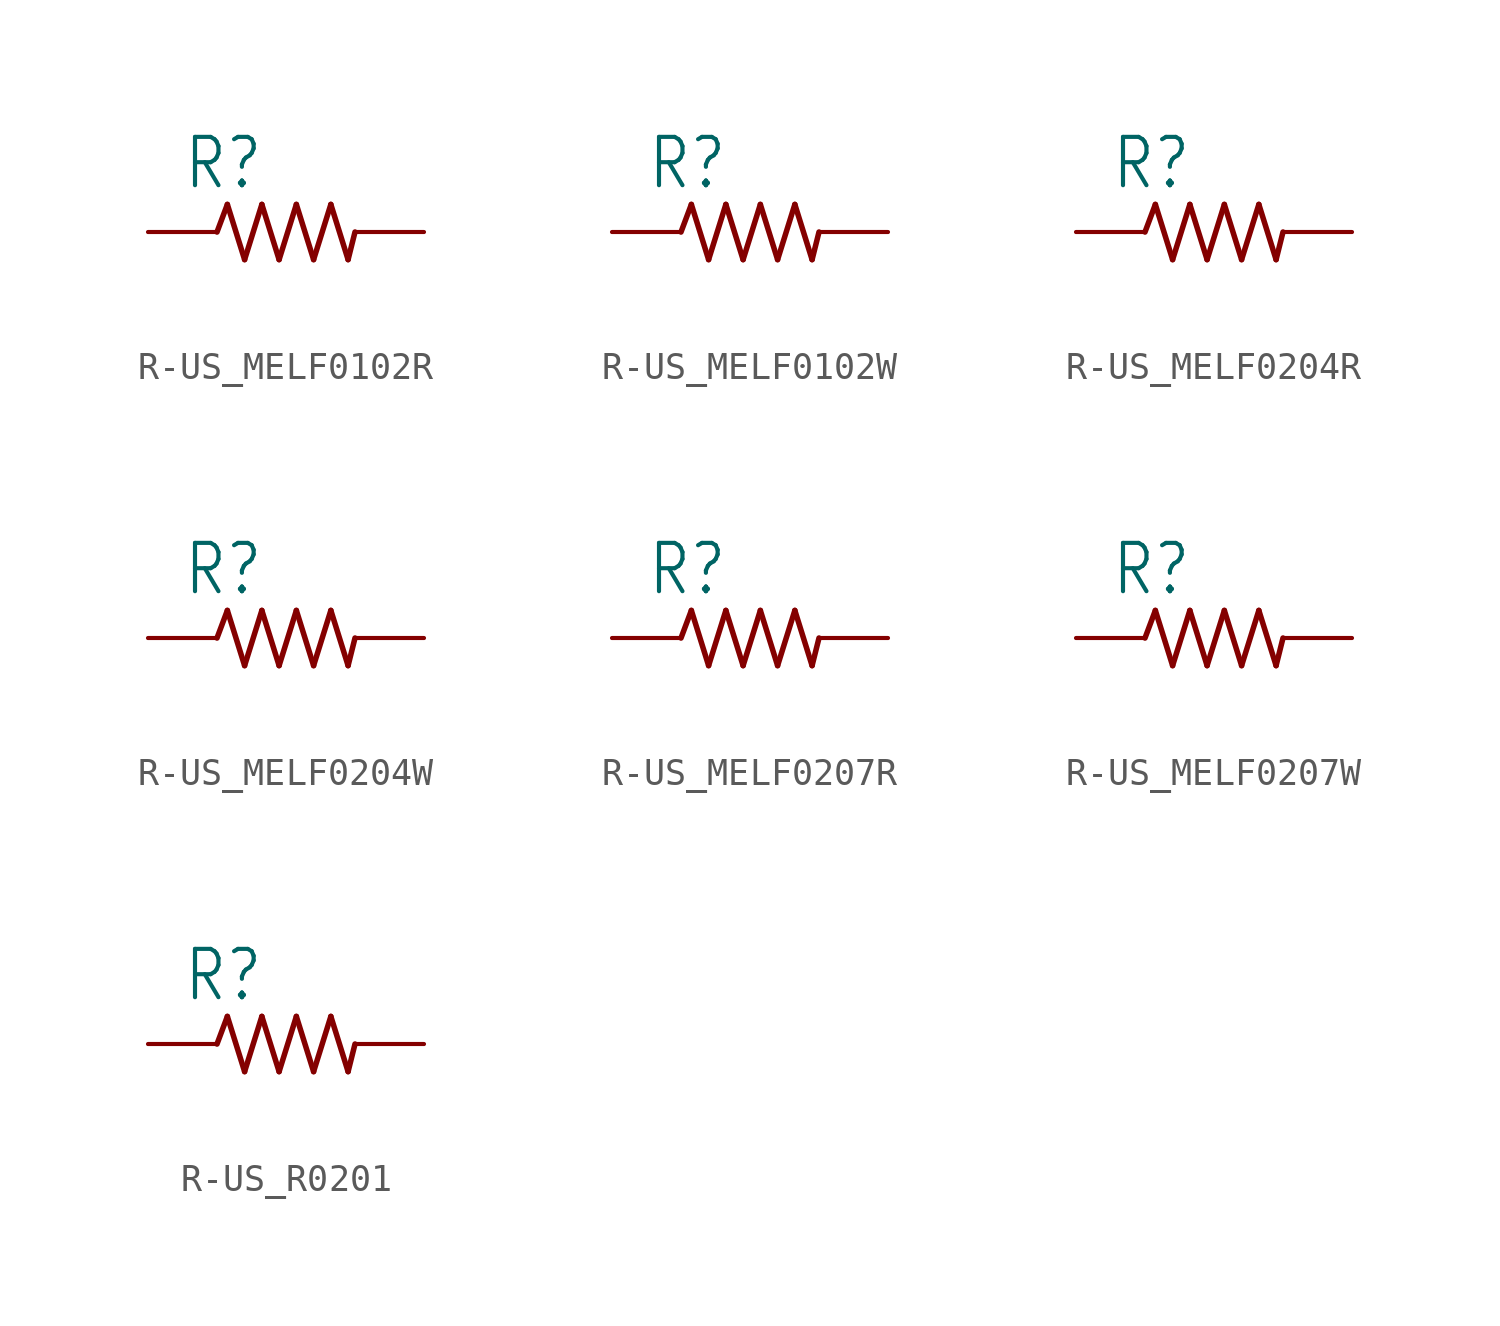
<source format=kicad_sym>
(kicad_symbol_lib
  (version 20220914)
  (generator kicad_symbol_editor)
  (symbol "R-US_MELF0102R"
    (property "Reference" "R"
      (at -3.81 1.499 0)
      (effects (font (size 1.778 1.511)) (justify left bottom)))
    (property "Value" ""
      (at -3.81 -3.302 0)
      (effects (font (size 1.778 1.511)) (justify left bottom)))
    (property "ki_locked" ""
      (at 0 0 0)
      (effects (font (size 1.27 1.27))))
    (symbol "R-US_MELF0102R_1_0"
      (polyline (pts (xy -2.54 0) (xy -2.159 1.016)) (stroke (width 0.203) (type solid)) (fill (type none)))
      (polyline (pts (xy -2.159 1.016) (xy -1.524 -1.016)) (stroke (width 0.203) (type solid)) (fill (type none)))
      (polyline (pts (xy -1.524 -1.016) (xy -0.889 1.016)) (stroke (width 0.203) (type solid)) (fill (type none)))
      (polyline (pts (xy -0.889 1.016) (xy -0.254 -1.016)) (stroke (width 0.203) (type solid)) (fill (type none)))
      (polyline (pts (xy -0.254 -1.016) (xy 0.381 1.016)) (stroke (width 0.203) (type solid)) (fill (type none)))
      (polyline (pts (xy 0.381 1.016) (xy 1.016 -1.016)) (stroke (width 0.203) (type solid)) (fill (type none)))
      (polyline (pts (xy 1.016 -1.016) (xy 1.651 1.016)) (stroke (width 0.203) (type solid)) (fill (type none)))
      (polyline (pts (xy 1.651 1.016) (xy 2.286 -1.016)) (stroke (width 0.203) (type solid)) (fill (type none)))
      (polyline (pts (xy 2.286 -1.016) (xy 2.54 0)) (stroke (width 0.203) (type solid)) (fill (type none)))
      (pin passive line (at -5.08 0 0) (length 2.54) (name "1" (effects (font (size 0 0)))) (number "1" (effects (font (size 0 0)))))
      (pin passive line (at 5.08 0 180) (length 2.54) (name "2" (effects (font (size 0 0)))) (number "2" (effects (font (size 0 0)))))))
  (symbol "R-US_MELF0102W"
    (property "Reference" "R"
      (at -3.81 1.499 0)
      (effects (font (size 1.778 1.511)) (justify left bottom)))
    (property "Value" ""
      (at -3.81 -3.302 0)
      (effects (font (size 1.778 1.511)) (justify left bottom)))
    (property "ki_locked" ""
      (at 0 0 0)
      (effects (font (size 1.27 1.27))))
    (symbol "R-US_MELF0102W_1_0"
      (polyline (pts (xy -2.54 0) (xy -2.159 1.016)) (stroke (width 0.203) (type solid)) (fill (type none)))
      (polyline (pts (xy -2.159 1.016) (xy -1.524 -1.016)) (stroke (width 0.203) (type solid)) (fill (type none)))
      (polyline (pts (xy -1.524 -1.016) (xy -0.889 1.016)) (stroke (width 0.203) (type solid)) (fill (type none)))
      (polyline (pts (xy -0.889 1.016) (xy -0.254 -1.016)) (stroke (width 0.203) (type solid)) (fill (type none)))
      (polyline (pts (xy -0.254 -1.016) (xy 0.381 1.016)) (stroke (width 0.203) (type solid)) (fill (type none)))
      (polyline (pts (xy 0.381 1.016) (xy 1.016 -1.016)) (stroke (width 0.203) (type solid)) (fill (type none)))
      (polyline (pts (xy 1.016 -1.016) (xy 1.651 1.016)) (stroke (width 0.203) (type solid)) (fill (type none)))
      (polyline (pts (xy 1.651 1.016) (xy 2.286 -1.016)) (stroke (width 0.203) (type solid)) (fill (type none)))
      (polyline (pts (xy 2.286 -1.016) (xy 2.54 0)) (stroke (width 0.203) (type solid)) (fill (type none)))
      (pin passive line (at -5.08 0 0) (length 2.54) (name "1" (effects (font (size 0 0)))) (number "1" (effects (font (size 0 0)))))
      (pin passive line (at 5.08 0 180) (length 2.54) (name "2" (effects (font (size 0 0)))) (number "2" (effects (font (size 0 0)))))))
  (symbol "R-US_MELF0204R"
    (property "Reference" "R"
      (at -3.81 1.499 0)
      (effects (font (size 1.778 1.511)) (justify left bottom)))
    (property "Value" ""
      (at -3.81 -3.302 0)
      (effects (font (size 1.778 1.511)) (justify left bottom)))
    (property "ki_locked" ""
      (at 0 0 0)
      (effects (font (size 1.27 1.27))))
    (symbol "R-US_MELF0204R_1_0"
      (polyline (pts (xy -2.54 0) (xy -2.159 1.016)) (stroke (width 0.203) (type solid)) (fill (type none)))
      (polyline (pts (xy -2.159 1.016) (xy -1.524 -1.016)) (stroke (width 0.203) (type solid)) (fill (type none)))
      (polyline (pts (xy -1.524 -1.016) (xy -0.889 1.016)) (stroke (width 0.203) (type solid)) (fill (type none)))
      (polyline (pts (xy -0.889 1.016) (xy -0.254 -1.016)) (stroke (width 0.203) (type solid)) (fill (type none)))
      (polyline (pts (xy -0.254 -1.016) (xy 0.381 1.016)) (stroke (width 0.203) (type solid)) (fill (type none)))
      (polyline (pts (xy 0.381 1.016) (xy 1.016 -1.016)) (stroke (width 0.203) (type solid)) (fill (type none)))
      (polyline (pts (xy 1.016 -1.016) (xy 1.651 1.016)) (stroke (width 0.203) (type solid)) (fill (type none)))
      (polyline (pts (xy 1.651 1.016) (xy 2.286 -1.016)) (stroke (width 0.203) (type solid)) (fill (type none)))
      (polyline (pts (xy 2.286 -1.016) (xy 2.54 0)) (stroke (width 0.203) (type solid)) (fill (type none)))
      (pin passive line (at -5.08 0 0) (length 2.54) (name "1" (effects (font (size 0 0)))) (number "1" (effects (font (size 0 0)))))
      (pin passive line (at 5.08 0 180) (length 2.54) (name "2" (effects (font (size 0 0)))) (number "2" (effects (font (size 0 0)))))))
  (symbol "R-US_MELF0204W"
    (property "Reference" "R"
      (at -3.81 1.499 0)
      (effects (font (size 1.778 1.511)) (justify left bottom)))
    (property "Value" ""
      (at -3.81 -3.302 0)
      (effects (font (size 1.778 1.511)) (justify left bottom)))
    (property "ki_locked" ""
      (at 0 0 0)
      (effects (font (size 1.27 1.27))))
    (symbol "R-US_MELF0204W_1_0"
      (polyline (pts (xy -2.54 0) (xy -2.159 1.016)) (stroke (width 0.203) (type solid)) (fill (type none)))
      (polyline (pts (xy -2.159 1.016) (xy -1.524 -1.016)) (stroke (width 0.203) (type solid)) (fill (type none)))
      (polyline (pts (xy -1.524 -1.016) (xy -0.889 1.016)) (stroke (width 0.203) (type solid)) (fill (type none)))
      (polyline (pts (xy -0.889 1.016) (xy -0.254 -1.016)) (stroke (width 0.203) (type solid)) (fill (type none)))
      (polyline (pts (xy -0.254 -1.016) (xy 0.381 1.016)) (stroke (width 0.203) (type solid)) (fill (type none)))
      (polyline (pts (xy 0.381 1.016) (xy 1.016 -1.016)) (stroke (width 0.203) (type solid)) (fill (type none)))
      (polyline (pts (xy 1.016 -1.016) (xy 1.651 1.016)) (stroke (width 0.203) (type solid)) (fill (type none)))
      (polyline (pts (xy 1.651 1.016) (xy 2.286 -1.016)) (stroke (width 0.203) (type solid)) (fill (type none)))
      (polyline (pts (xy 2.286 -1.016) (xy 2.54 0)) (stroke (width 0.203) (type solid)) (fill (type none)))
      (pin passive line (at -5.08 0 0) (length 2.54) (name "1" (effects (font (size 0 0)))) (number "1" (effects (font (size 0 0)))))
      (pin passive line (at 5.08 0 180) (length 2.54) (name "2" (effects (font (size 0 0)))) (number "2" (effects (font (size 0 0)))))))
  (symbol "R-US_MELF0207R"
    (property "Reference" "R"
      (at -3.81 1.499 0)
      (effects (font (size 1.778 1.511)) (justify left bottom)))
    (property "Value" ""
      (at -3.81 -3.302 0)
      (effects (font (size 1.778 1.511)) (justify left bottom)))
    (property "ki_locked" ""
      (at 0 0 0)
      (effects (font (size 1.27 1.27))))
    (symbol "R-US_MELF0207R_1_0"
      (polyline (pts (xy -2.54 0) (xy -2.159 1.016)) (stroke (width 0.203) (type solid)) (fill (type none)))
      (polyline (pts (xy -2.159 1.016) (xy -1.524 -1.016)) (stroke (width 0.203) (type solid)) (fill (type none)))
      (polyline (pts (xy -1.524 -1.016) (xy -0.889 1.016)) (stroke (width 0.203) (type solid)) (fill (type none)))
      (polyline (pts (xy -0.889 1.016) (xy -0.254 -1.016)) (stroke (width 0.203) (type solid)) (fill (type none)))
      (polyline (pts (xy -0.254 -1.016) (xy 0.381 1.016)) (stroke (width 0.203) (type solid)) (fill (type none)))
      (polyline (pts (xy 0.381 1.016) (xy 1.016 -1.016)) (stroke (width 0.203) (type solid)) (fill (type none)))
      (polyline (pts (xy 1.016 -1.016) (xy 1.651 1.016)) (stroke (width 0.203) (type solid)) (fill (type none)))
      (polyline (pts (xy 1.651 1.016) (xy 2.286 -1.016)) (stroke (width 0.203) (type solid)) (fill (type none)))
      (polyline (pts (xy 2.286 -1.016) (xy 2.54 0)) (stroke (width 0.203) (type solid)) (fill (type none)))
      (pin passive line (at -5.08 0 0) (length 2.54) (name "1" (effects (font (size 0 0)))) (number "1" (effects (font (size 0 0)))))
      (pin passive line (at 5.08 0 180) (length 2.54) (name "2" (effects (font (size 0 0)))) (number "2" (effects (font (size 0 0)))))))
  (symbol "R-US_MELF0207W"
    (property "Reference" "R"
      (at -3.81 1.499 0)
      (effects (font (size 1.778 1.511)) (justify left bottom)))
    (property "Value" ""
      (at -3.81 -3.302 0)
      (effects (font (size 1.778 1.511)) (justify left bottom)))
    (property "ki_locked" ""
      (at 0 0 0)
      (effects (font (size 1.27 1.27))))
    (symbol "R-US_MELF0207W_1_0"
      (polyline (pts (xy -2.54 0) (xy -2.159 1.016)) (stroke (width 0.203) (type solid)) (fill (type none)))
      (polyline (pts (xy -2.159 1.016) (xy -1.524 -1.016)) (stroke (width 0.203) (type solid)) (fill (type none)))
      (polyline (pts (xy -1.524 -1.016) (xy -0.889 1.016)) (stroke (width 0.203) (type solid)) (fill (type none)))
      (polyline (pts (xy -0.889 1.016) (xy -0.254 -1.016)) (stroke (width 0.203) (type solid)) (fill (type none)))
      (polyline (pts (xy -0.254 -1.016) (xy 0.381 1.016)) (stroke (width 0.203) (type solid)) (fill (type none)))
      (polyline (pts (xy 0.381 1.016) (xy 1.016 -1.016)) (stroke (width 0.203) (type solid)) (fill (type none)))
      (polyline (pts (xy 1.016 -1.016) (xy 1.651 1.016)) (stroke (width 0.203) (type solid)) (fill (type none)))
      (polyline (pts (xy 1.651 1.016) (xy 2.286 -1.016)) (stroke (width 0.203) (type solid)) (fill (type none)))
      (polyline (pts (xy 2.286 -1.016) (xy 2.54 0)) (stroke (width 0.203) (type solid)) (fill (type none)))
      (pin passive line (at -5.08 0 0) (length 2.54) (name "1" (effects (font (size 0 0)))) (number "1" (effects (font (size 0 0)))))
      (pin passive line (at 5.08 0 180) (length 2.54) (name "2" (effects (font (size 0 0)))) (number "2" (effects (font (size 0 0)))))))
  (symbol "R-US_R0201"
    (property "Reference" "R"
      (at -3.81 1.499 0)
      (effects (font (size 1.778 1.511)) (justify left bottom)))
    (property "Value" ""
      (at -3.81 -3.302 0)
      (effects (font (size 1.778 1.511)) (justify left bottom)))
    (property "ki_locked" ""
      (at 0 0 0)
      (effects (font (size 1.27 1.27))))
    (symbol "R-US_R0201_1_0"
      (polyline (pts (xy -2.54 0) (xy -2.159 1.016)) (stroke (width 0.203) (type solid)) (fill (type none)))
      (polyline (pts (xy -2.159 1.016) (xy -1.524 -1.016)) (stroke (width 0.203) (type solid)) (fill (type none)))
      (polyline (pts (xy -1.524 -1.016) (xy -0.889 1.016)) (stroke (width 0.203) (type solid)) (fill (type none)))
      (polyline (pts (xy -0.889 1.016) (xy -0.254 -1.016)) (stroke (width 0.203) (type solid)) (fill (type none)))
      (polyline (pts (xy -0.254 -1.016) (xy 0.381 1.016)) (stroke (width 0.203) (type solid)) (fill (type none)))
      (polyline (pts (xy 0.381 1.016) (xy 1.016 -1.016)) (stroke (width 0.203) (type solid)) (fill (type none)))
      (polyline (pts (xy 1.016 -1.016) (xy 1.651 1.016)) (stroke (width 0.203) (type solid)) (fill (type none)))
      (polyline (pts (xy 1.651 1.016) (xy 2.286 -1.016)) (stroke (width 0.203) (type solid)) (fill (type none)))
      (polyline (pts (xy 2.286 -1.016) (xy 2.54 0)) (stroke (width 0.203) (type solid)) (fill (type none)))
      (pin passive line (at -5.08 0 0) (length 2.54) (name "1" (effects (font (size 0 0)))) (number "1" (effects (font (size 0 0)))))
      (pin passive line (at 5.08 0 180) (length 2.54) (name "2" (effects (font (size 0 0)))) (number "2" (effects (font (size 0 0))))))))
</source>
